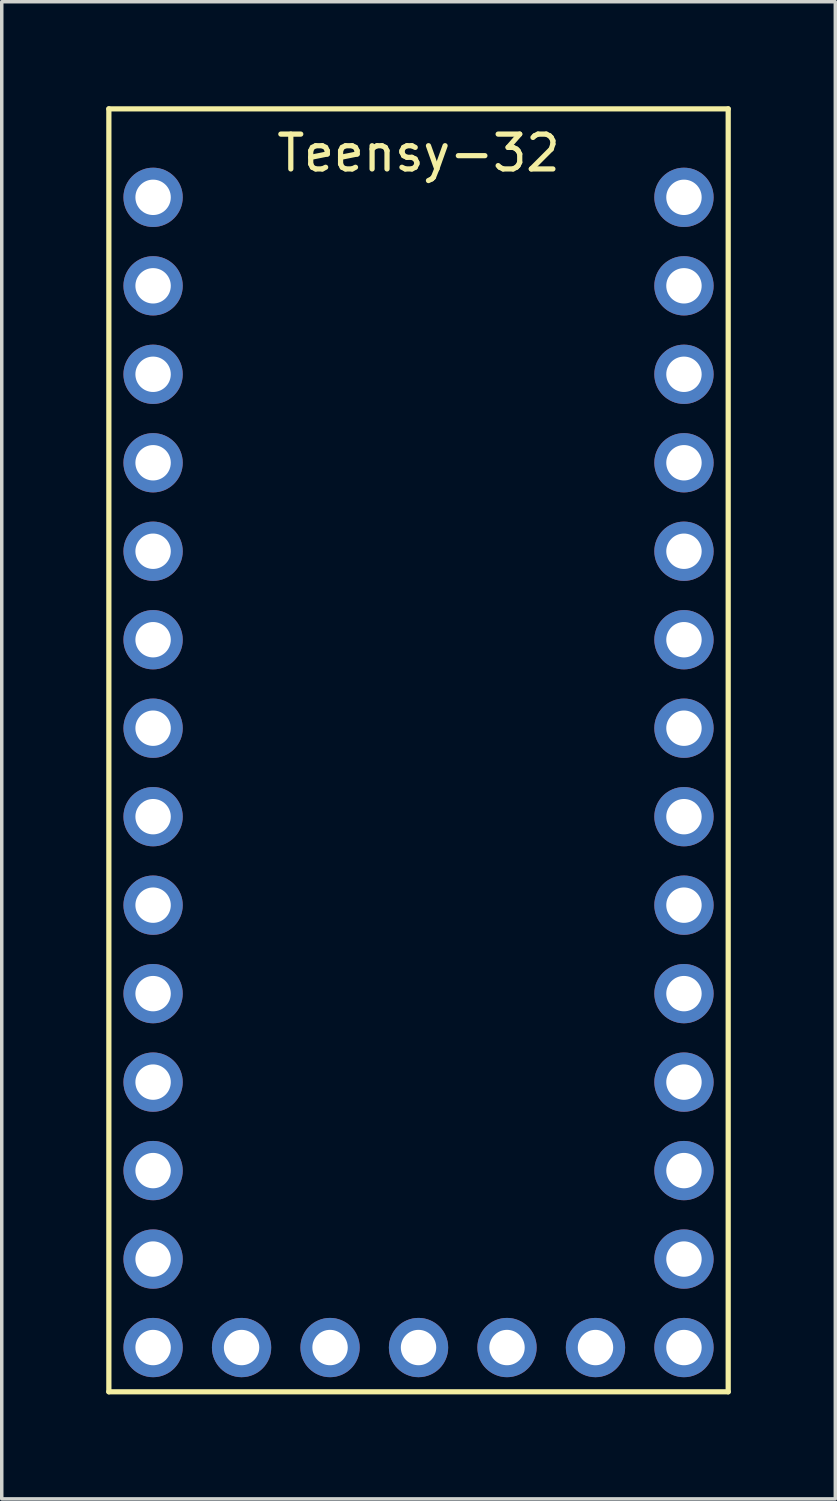
<source format=kicad_pcb>
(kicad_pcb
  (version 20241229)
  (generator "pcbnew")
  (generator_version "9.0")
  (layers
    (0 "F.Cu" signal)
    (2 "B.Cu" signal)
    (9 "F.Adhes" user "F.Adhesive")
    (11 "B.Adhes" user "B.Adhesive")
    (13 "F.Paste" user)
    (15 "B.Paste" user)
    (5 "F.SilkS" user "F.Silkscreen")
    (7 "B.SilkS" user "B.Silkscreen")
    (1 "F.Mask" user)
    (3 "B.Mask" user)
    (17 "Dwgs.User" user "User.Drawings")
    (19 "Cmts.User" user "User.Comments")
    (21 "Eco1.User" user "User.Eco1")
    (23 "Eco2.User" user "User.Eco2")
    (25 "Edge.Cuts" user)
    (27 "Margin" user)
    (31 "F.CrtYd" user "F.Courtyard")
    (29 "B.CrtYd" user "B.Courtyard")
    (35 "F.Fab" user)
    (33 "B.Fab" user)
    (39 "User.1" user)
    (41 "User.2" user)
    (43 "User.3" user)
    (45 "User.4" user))
  (footprint "Teensy-32"
    (layer "F.Cu")
    (at 8.965 17.855)
    (property "Reference" "Teensy-32" (at 0 -16.51 0) (layer "F.SilkS") (effects (font (size 1 1) (thickness 0.15))))
    (attr through_hole)
    (fp_line (start -8.89 -17.78) (end 8.89 -17.78) (stroke (width 0.15) (type solid)) (layer "F.SilkS"))
    (fp_line (start -8.89 19.05) (end -8.89 -17.78) (stroke (width 0.15) (type solid)) (layer "F.SilkS"))
    (fp_line (start 8.89 -17.78) (end 8.89 19.05) (stroke (width 0.15) (type solid)) (layer "F.SilkS"))
    (fp_line (start 8.89 19.05) (end -8.89 19.05) (stroke (width 0.15) (type solid)) (layer "F.SilkS"))
    (pad "0" thru_hole circle (at -7.62 -12.7) (size 1.702 1.702) (drill 1.016) (layers "*.Cu" "*.Mask"))
    (pad "1" thru_hole circle (at -7.62 -10.16) (size 1.702 1.702) (drill 1.016) (layers "*.Cu" "*.Mask"))
    (pad "2" thru_hole circle (at -7.62 -7.62) (size 1.702 1.702) (drill 1.016) (layers "*.Cu" "*.Mask"))
    (pad "3" thru_hole circle (at -7.62 -5.08) (size 1.702 1.702) (drill 1.016) (layers "*.Cu" "*.Mask"))
    (pad "4" thru_hole circle (at -7.62 -2.54) (size 1.702 1.702) (drill 1.016) (layers "*.Cu" "*.Mask"))
    (pad "5" thru_hole circle (at -7.62 0) (size 1.702 1.702) (drill 1.016) (layers "*.Cu" "*.Mask"))
    (pad "6" thru_hole circle (at -7.62 2.54) (size 1.702 1.702) (drill 1.016) (layers "*.Cu" "*.Mask"))
    (pad "7" thru_hole circle (at -7.62 5.08) (size 1.702 1.702) (drill 1.016) (layers "*.Cu" "*.Mask"))
    (pad "8" thru_hole circle (at -7.62 7.62) (size 1.702 1.702) (drill 1.016) (layers "*.Cu" "*.Mask"))
    (pad "9" thru_hole circle (at -7.62 10.16) (size 1.702 1.702) (drill 1.016) (layers "*.Cu" "*.Mask"))
    (pad "10" thru_hole circle (at -7.62 12.7) (size 1.702 1.702) (drill 1.016) (layers "*.Cu" "*.Mask"))
    (pad "11" thru_hole circle (at -7.62 15.24) (size 1.702 1.702) (drill 1.016) (layers "*.Cu" "*.Mask"))
    (pad "12" thru_hole circle (at -7.62 17.78) (size 1.702 1.702) (drill 1.016) (layers "*.Cu" "*.Mask"))
    (pad "13" thru_hole circle (at 7.62 17.78) (size 1.702 1.702) (drill 1.016) (layers "*.Cu" "*.Mask"))
    (pad "14" thru_hole circle (at 7.62 15.24) (size 1.702 1.702) (drill 1.016) (layers "*.Cu" "*.Mask"))
    (pad "15" thru_hole circle (at 7.62 12.7) (size 1.702 1.702) (drill 1.016) (layers "*.Cu" "*.Mask"))
    (pad "16" thru_hole circle (at 7.62 10.16) (size 1.702 1.702) (drill 1.016) (layers "*.Cu" "*.Mask"))
    (pad "17" thru_hole circle (at 7.62 7.62) (size 1.702 1.702) (drill 1.016) (layers "*.Cu" "*.Mask"))
    (pad "18" thru_hole circle (at 7.62 5.08) (size 1.702 1.702) (drill 1.016) (layers "*.Cu" "*.Mask"))
    (pad "19" thru_hole circle (at 7.62 2.54) (size 1.702 1.702) (drill 1.016) (layers "*.Cu" "*.Mask"))
    (pad "20" thru_hole circle (at 7.62 0) (size 1.702 1.702) (drill 1.016) (layers "*.Cu" "*.Mask"))
    (pad "21" thru_hole circle (at 7.62 -2.54) (size 1.702 1.702) (drill 1.016) (layers "*.Cu" "*.Mask"))
    (pad "22" thru_hole circle (at 7.62 -5.08) (size 1.702 1.702) (drill 1.016) (layers "*.Cu" "*.Mask"))
    (pad "23" thru_hole circle (at 7.62 -7.62) (size 1.702 1.702) (drill 1.016) (layers "*.Cu" "*.Mask"))
    (pad "24" thru_hole circle (at 7.62 -10.16) (size 1.702 1.702) (drill 1.016) (layers "*.Cu" "*.Mask"))
    (pad "25" thru_hole circle (at 7.62 -12.7) (size 1.702 1.702) (drill 1.016) (layers "*.Cu" "*.Mask"))
    (pad "26" thru_hole circle (at 7.62 -15.24) (size 1.702 1.702) (drill 1.016) (layers "*.Cu" "*.Mask"))
    (pad "27" thru_hole circle (at -7.62 -15.24) (size 1.702 1.702) (drill 1.016) (layers "*.Cu" "*.Mask"))
    (pad "28" thru_hole circle (at -5.08 17.78) (size 1.702 1.702) (drill 1.016) (layers "*.Cu" "*.Mask"))
    (pad "29" thru_hole circle (at -2.54 17.78) (size 1.702 1.702) (drill 1.016) (layers "*.Cu" "*.Mask"))
    (pad "30" thru_hole circle (at 0 17.78) (size 1.702 1.702) (drill 1.016) (layers "*.Cu" "*.Mask"))
    (pad "31" thru_hole circle (at 2.54 17.78) (size 1.702 1.702) (drill 1.016) (layers "*.Cu" "*.Mask"))
    (pad "32" thru_hole circle (at 5.08 17.78) (size 1.702 1.702) (drill 1.016) (layers "*.Cu" "*.Mask")))
  (gr_rect
    (start -3 -3)
    (end 20.93 39.98)
    (stroke (width 0.1) (type default))
    (fill no)
    (layer "Edge.Cuts")))
</source>
